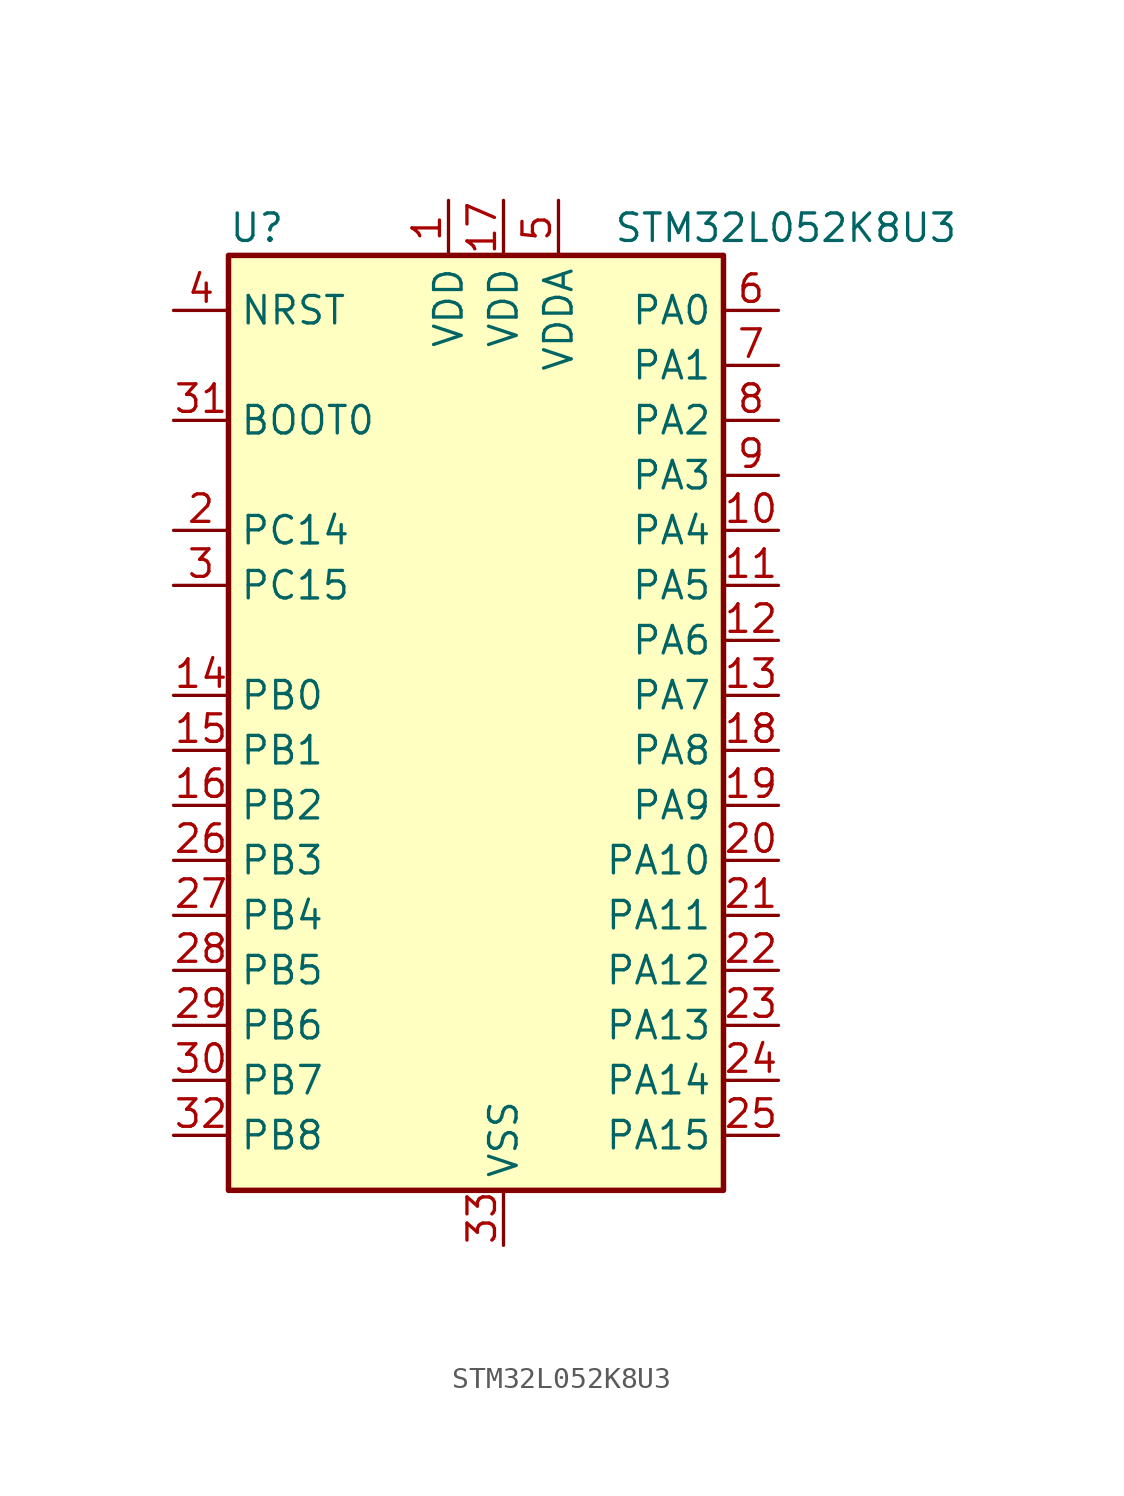
<source format=kicad_sym>
(kicad_symbol_lib
  (version 20220914)
  (generator kicad_symbol_editor)
  (symbol "STM32L052K8U3"
    (property "Reference" "U"
      (at -12.7 21.59 0)
      (effects (font (size 1.27 1.27)) (justify left)))
    (property "Value" "STM32L052K8U3"
      (at 5.08 21.59 0)
      (effects (font (size 1.27 1.27)) (justify left)))
    (symbol "STM32L052K8U3_0_1"
      (rectangle (start -12.7 -22.86) (end 10.16 20.32) (stroke (width 0.254) (type solid)) (fill (type background))))
    (symbol "STM32L052K8U3_1_1"
      (pin power_in line (at -2.54 22.86 270) (length 2.54) (name "VDD" (effects (font (size 1.27 1.27)))) (number "1" (effects (font (size 1.27 1.27)))))
      (pin bidirectional line (at 12.7 7.62 180) (length 2.54) (name "PA4" (effects (font (size 1.27 1.27)))) (number "10" (effects (font (size 1.27 1.27)))))
      (pin bidirectional line (at 12.7 5.08 180) (length 2.54) (name "PA5" (effects (font (size 1.27 1.27)))) (number "11" (effects (font (size 1.27 1.27)))))
      (pin bidirectional line (at 12.7 2.54 180) (length 2.54) (name "PA6" (effects (font (size 1.27 1.27)))) (number "12" (effects (font (size 1.27 1.27)))))
      (pin bidirectional line (at 12.7 0 180) (length 2.54) (name "PA7" (effects (font (size 1.27 1.27)))) (number "13" (effects (font (size 1.27 1.27)))))
      (pin bidirectional line (at -15.24 0 0) (length 2.54) (name "PB0" (effects (font (size 1.27 1.27)))) (number "14" (effects (font (size 1.27 1.27)))))
      (pin bidirectional line (at -15.24 -2.54 0) (length 2.54) (name "PB1" (effects (font (size 1.27 1.27)))) (number "15" (effects (font (size 1.27 1.27)))))
      (pin bidirectional line (at -15.24 -5.08 0) (length 2.54) (name "PB2" (effects (font (size 1.27 1.27)))) (number "16" (effects (font (size 1.27 1.27)))))
      (pin power_in line (at 0 22.86 270) (length 2.54) (name "VDD" (effects (font (size 1.27 1.27)))) (number "17" (effects (font (size 1.27 1.27)))))
      (pin bidirectional line (at 12.7 -2.54 180) (length 2.54) (name "PA8" (effects (font (size 1.27 1.27)))) (number "18" (effects (font (size 1.27 1.27)))))
      (pin bidirectional line (at 12.7 -5.08 180) (length 2.54) (name "PA9" (effects (font (size 1.27 1.27)))) (number "19" (effects (font (size 1.27 1.27)))))
      (pin bidirectional line (at -15.24 7.62 0) (length 2.54) (name "PC14" (effects (font (size 1.27 1.27)))) (number "2" (effects (font (size 1.27 1.27)))))
      (pin bidirectional line (at 12.7 -7.62 180) (length 2.54) (name "PA10" (effects (font (size 1.27 1.27)))) (number "20" (effects (font (size 1.27 1.27)))))
      (pin bidirectional line (at 12.7 -10.16 180) (length 2.54) (name "PA11" (effects (font (size 1.27 1.27)))) (number "21" (effects (font (size 1.27 1.27)))))
      (pin bidirectional line (at 12.7 -12.7 180) (length 2.54) (name "PA12" (effects (font (size 1.27 1.27)))) (number "22" (effects (font (size 1.27 1.27)))))
      (pin bidirectional line (at 12.7 -15.24 180) (length 2.54) (name "PA13" (effects (font (size 1.27 1.27)))) (number "23" (effects (font (size 1.27 1.27)))))
      (pin bidirectional line (at 12.7 -17.78 180) (length 2.54) (name "PA14" (effects (font (size 1.27 1.27)))) (number "24" (effects (font (size 1.27 1.27)))))
      (pin bidirectional line (at 12.7 -20.32 180) (length 2.54) (name "PA15" (effects (font (size 1.27 1.27)))) (number "25" (effects (font (size 1.27 1.27)))))
      (pin bidirectional line (at -15.24 -7.62 0) (length 2.54) (name "PB3" (effects (font (size 1.27 1.27)))) (number "26" (effects (font (size 1.27 1.27)))))
      (pin bidirectional line (at -15.24 -10.16 0) (length 2.54) (name "PB4" (effects (font (size 1.27 1.27)))) (number "27" (effects (font (size 1.27 1.27)))))
      (pin bidirectional line (at -15.24 -12.7 0) (length 2.54) (name "PB5" (effects (font (size 1.27 1.27)))) (number "28" (effects (font (size 1.27 1.27)))))
      (pin bidirectional line (at -15.24 -15.24 0) (length 2.54) (name "PB6" (effects (font (size 1.27 1.27)))) (number "29" (effects (font (size 1.27 1.27)))))
      (pin bidirectional line (at -15.24 5.08 0) (length 2.54) (name "PC15" (effects (font (size 1.27 1.27)))) (number "3" (effects (font (size 1.27 1.27)))))
      (pin bidirectional line (at -15.24 -17.78 0) (length 2.54) (name "PB7" (effects (font (size 1.27 1.27)))) (number "30" (effects (font (size 1.27 1.27)))))
      (pin input line (at -15.24 12.7 0) (length 2.54) (name "BOOT0" (effects (font (size 1.27 1.27)))) (number "31" (effects (font (size 1.27 1.27)))))
      (pin bidirectional line (at -15.24 -20.32 0) (length 2.54) (name "PB8" (effects (font (size 1.27 1.27)))) (number "32" (effects (font (size 1.27 1.27)))))
      (pin power_in line (at 0 -25.4 90) (length 2.54) (name "VSS" (effects (font (size 1.27 1.27)))) (number "33" (effects (font (size 1.27 1.27)))))
      (pin input line (at -15.24 17.78 0) (length 2.54) (name "NRST" (effects (font (size 1.27 1.27)))) (number "4" (effects (font (size 1.27 1.27)))))
      (pin power_in line (at 2.54 22.86 270) (length 2.54) (name "VDDA" (effects (font (size 1.27 1.27)))) (number "5" (effects (font (size 1.27 1.27)))))
      (pin bidirectional line (at 12.7 17.78 180) (length 2.54) (name "PA0" (effects (font (size 1.27 1.27)))) (number "6" (effects (font (size 1.27 1.27)))))
      (pin bidirectional line (at 12.7 15.24 180) (length 2.54) (name "PA1" (effects (font (size 1.27 1.27)))) (number "7" (effects (font (size 1.27 1.27)))))
      (pin bidirectional line (at 12.7 12.7 180) (length 2.54) (name "PA2" (effects (font (size 1.27 1.27)))) (number "8" (effects (font (size 1.27 1.27)))))
      (pin bidirectional line (at 12.7 10.16 180) (length 2.54) (name "PA3" (effects (font (size 1.27 1.27)))) (number "9" (effects (font (size 1.27 1.27))))))))
</source>
